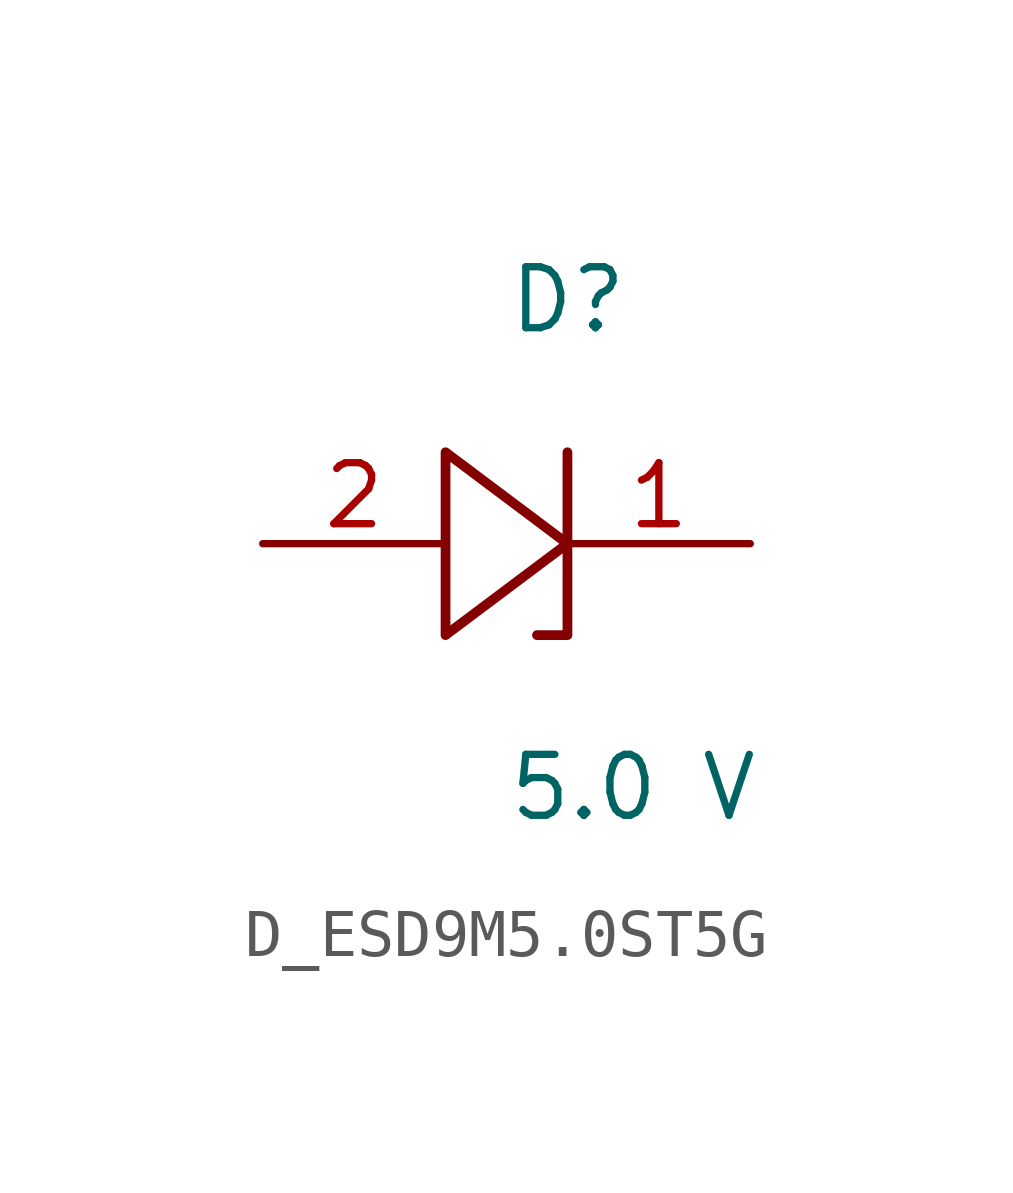
<source format=kicad_sym>
(kicad_symbol_lib
  (version 20231120)
  (generator kicad_symbol_editor)
  (generator_version 8.0)
  (symbol "D_ESD9M5.0ST5G"
    (pin_names
      (offset 0.254))
    (property "Reference" "D"
      (at 0 5.08 0)
      (effects (font (size 1.27 1.27)) (justify left)))
    (property "Value" "5.0 V"
      (at 0 -5.08 0)
      (effects (font (size 1.27 1.27)) (justify left)))
    (symbol "D_ESD9M5.0ST5G_1_0"
      (polyline (pts (xy 1.27 1.905) (xy 1.27 0) (xy -1.27 1.905) (xy -1.27 -1.905) (xy 1.27 0) (xy 1.27 -1.905) (xy 0.635 -1.905)) (stroke (width 0.203) (type default)) (fill (type none)))
      (pin passive line (at 5.08 0 180) (length 3.81) (name "" (effects (font (size 1.27 1.27)))) (number "1" (effects (font (size 1.27 1.27)))))
      (pin passive line (at -5.08 0 0) (length 3.81) (name "" (effects (font (size 1.27 1.27)))) (number "2" (effects (font (size 1.27 1.27))))))))
</source>
